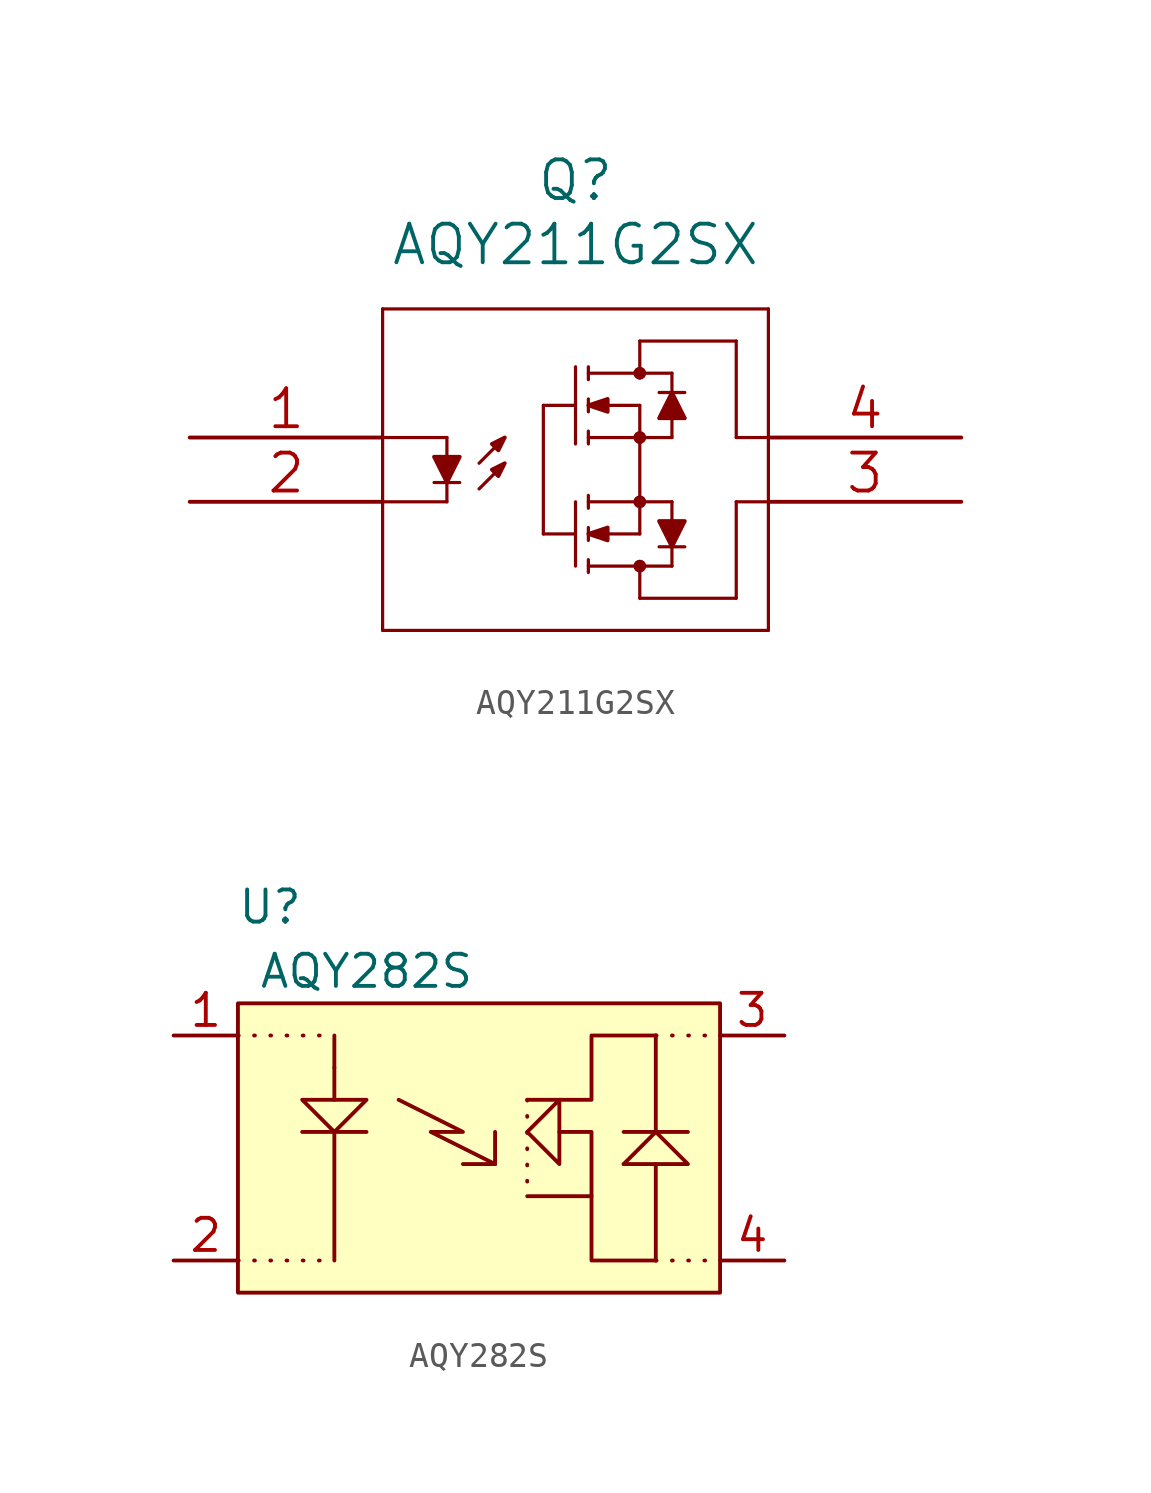
<source format=kicad_sym>
(kicad_symbol_lib
  (version 20220914)
  (generator kicad_symbol_editor)
  (symbol "AQY211G2SX"
    (pin_names
      (offset 0.254) hide)
    (property "Reference" "Q"
      (at 15.24 10.16 0)
      (effects (font (size 1.524 1.524))))
    (property "Value" "AQY211G2SX"
      (at 15.24 7.62 0)
      (effects (font (size 1.524 1.524))))
    (property "Datasheet" ""
      (at 0 0 0)
      (effects (font (size 1.524 1.524))))
    (symbol "AQY211G2SX_1_1"
      (polyline (pts (xy 7.62 -7.62) (xy 22.86 -7.62)) (stroke (width 0.127) (type default)) (fill (type none)))
      (polyline (pts (xy 7.62 -2.54) (xy 10.16 -2.54)) (stroke (width 0.127) (type default)) (fill (type none)))
      (polyline (pts (xy 7.62 5.08) (xy 7.62 -7.62)) (stroke (width 0.127) (type default)) (fill (type none)))
      (polyline (pts (xy 10.16 -1.778) (xy 10.16 -2.54)) (stroke (width 0.127) (type default)) (fill (type none)))
      (polyline (pts (xy 10.16 0) (xy 7.62 0)) (stroke (width 0.127) (type default)) (fill (type none)))
      (polyline (pts (xy 10.16 0) (xy 10.16 -0.762)) (stroke (width 0.127) (type default)) (fill (type none)))
      (polyline (pts (xy 10.668 -1.778) (xy 9.652 -1.778)) (stroke (width 0.127) (type default)) (fill (type none)))
      (polyline (pts (xy 11.43 -2.032) (xy 12.192 -1.27)) (stroke (width 0.127) (type default)) (fill (type none)))
      (polyline (pts (xy 11.43 -1.016) (xy 12.192 -0.254)) (stroke (width 0.127) (type default)) (fill (type none)))
      (polyline (pts (xy 13.97 -3.81) (xy 15.24 -3.81)) (stroke (width 0.127) (type default)) (fill (type none)))
      (polyline (pts (xy 13.97 1.27) (xy 13.97 -3.81)) (stroke (width 0.127) (type default)) (fill (type none)))
      (polyline (pts (xy 13.97 1.27) (xy 15.24 1.27)) (stroke (width 0.127) (type default)) (fill (type none)))
      (polyline (pts (xy 15.24 -2.54) (xy 15.24 -5.08)) (stroke (width 0.127) (type default)) (fill (type none)))
      (polyline (pts (xy 15.24 2.794) (xy 15.24 -0.254)) (stroke (width 0.127) (type default)) (fill (type none)))
      (polyline (pts (xy 15.748 -5.08) (xy 19.05 -5.08)) (stroke (width 0.127) (type default)) (fill (type none)))
      (polyline (pts (xy 15.748 -4.826) (xy 15.748 -5.334)) (stroke (width 0.127) (type default)) (fill (type none)))
      (polyline (pts (xy 15.748 -3.556) (xy 15.748 -4.064)) (stroke (width 0.127) (type default)) (fill (type none)))
      (polyline (pts (xy 15.748 -2.54) (xy 19.05 -2.54)) (stroke (width 0.127) (type default)) (fill (type none)))
      (polyline (pts (xy 15.748 -2.286) (xy 15.748 -2.794)) (stroke (width 0.127) (type default)) (fill (type none)))
      (polyline (pts (xy 15.748 0.254) (xy 15.748 -0.254)) (stroke (width 0.127) (type default)) (fill (type none)))
      (polyline (pts (xy 15.748 1.524) (xy 15.748 1.016)) (stroke (width 0.127) (type default)) (fill (type none)))
      (polyline (pts (xy 15.748 2.54) (xy 19.05 2.54)) (stroke (width 0.127) (type default)) (fill (type none)))
      (polyline (pts (xy 15.748 2.794) (xy 15.748 2.286)) (stroke (width 0.127) (type default)) (fill (type none)))
      (polyline (pts (xy 16.51 -3.81) (xy 17.78 -3.81)) (stroke (width 0.127) (type default)) (fill (type none)))
      (polyline (pts (xy 17.78 -6.35) (xy 21.59 -6.35)) (stroke (width 0.127) (type default)) (fill (type none)))
      (polyline (pts (xy 17.78 -5.08) (xy 17.78 -6.35)) (stroke (width 0.127) (type default)) (fill (type none)))
      (polyline (pts (xy 17.78 -3.81) (xy 17.78 1.27)) (stroke (width 0.127) (type default)) (fill (type none)))
      (polyline (pts (xy 17.78 1.27) (xy 16.51 1.27)) (stroke (width 0.127) (type default)) (fill (type none)))
      (polyline (pts (xy 17.78 2.54) (xy 17.78 3.81)) (stroke (width 0.127) (type default)) (fill (type none)))
      (polyline (pts (xy 17.78 3.81) (xy 21.59 3.81)) (stroke (width 0.127) (type default)) (fill (type none)))
      (polyline (pts (xy 18.542 1.778) (xy 19.558 1.778)) (stroke (width 0.127) (type default)) (fill (type none)))
      (polyline (pts (xy 19.05 -4.318) (xy 19.05 -5.08)) (stroke (width 0.127) (type default)) (fill (type none)))
      (polyline (pts (xy 19.05 -2.54) (xy 19.05 -3.302)) (stroke (width 0.127) (type default)) (fill (type none)))
      (polyline (pts (xy 19.05 0) (xy 15.748 0)) (stroke (width 0.127) (type default)) (fill (type none)))
      (polyline (pts (xy 19.05 0) (xy 19.05 0.762)) (stroke (width 0.127) (type default)) (fill (type none)))
      (polyline (pts (xy 19.05 1.778) (xy 19.05 2.54)) (stroke (width 0.127) (type default)) (fill (type none)))
      (polyline (pts (xy 19.558 -4.318) (xy 18.542 -4.318)) (stroke (width 0.127) (type default)) (fill (type none)))
      (polyline (pts (xy 21.59 -2.54) (xy 21.59 -6.35)) (stroke (width 0.127) (type default)) (fill (type none)))
      (polyline (pts (xy 21.59 -2.54) (xy 22.86 -2.54)) (stroke (width 0.127) (type default)) (fill (type none)))
      (polyline (pts (xy 21.59 0) (xy 22.86 0)) (stroke (width 0.127) (type default)) (fill (type none)))
      (polyline (pts (xy 21.59 3.81) (xy 21.59 0)) (stroke (width 0.127) (type default)) (fill (type none)))
      (polyline (pts (xy 22.86 -7.62) (xy 22.86 5.08)) (stroke (width 0.127) (type default)) (fill (type none)))
      (polyline (pts (xy 22.86 5.08) (xy 7.62 5.08)) (stroke (width 0.127) (type default)) (fill (type none)))
      (polyline (pts (xy 10.16 -1.778) (xy 10.668 -0.762) (xy 9.652 -0.762) (xy 10.16 -1.778)) (stroke (width 0) (type default)) (fill (type outline)))
      (polyline (pts (xy 12.446 -1.016) (xy 11.938 -1.27) (xy 12.192 -1.524) (xy 12.446 -1.016)) (stroke (width 0) (type default)) (fill (type outline)))
      (polyline (pts (xy 12.446 0) (xy 11.938 -0.254) (xy 12.192 -0.508) (xy 12.446 0)) (stroke (width 0) (type default)) (fill (type outline)))
      (polyline (pts (xy 15.748 -3.81) (xy 16.51 -4.064) (xy 16.51 -3.556) (xy 15.748 -3.81)) (stroke (width 0) (type default)) (fill (type outline)))
      (polyline (pts (xy 15.748 1.27) (xy 16.51 1.016) (xy 16.51 1.524) (xy 15.748 1.27)) (stroke (width 0) (type default)) (fill (type outline)))
      (polyline (pts (xy 19.05 -4.318) (xy 19.558 -3.302) (xy 18.542 -3.302) (xy 19.05 -4.318)) (stroke (width 0) (type default)) (fill (type outline)))
      (polyline (pts (xy 19.05 1.778) (xy 18.542 0.762) (xy 19.558 0.762) (xy 19.05 1.778)) (stroke (width 0) (type default)) (fill (type outline)))
      (arc (start 17.78 -5.207) (mid 17.78 -5.207) (end 17.78 -5.207) (stroke (width 0.254) (type default)) (fill (type none)))
      (circle (center 17.78 -5.08) (radius 0.127) (stroke (width 0.254) (type default)) (fill (type none)))
      (arc (start 17.78 -2.667) (mid 17.78 -2.667) (end 17.78 -2.667) (stroke (width 0.254) (type default)) (fill (type none)))
      (circle (center 17.78 -2.54) (radius 0.127) (stroke (width 0.254) (type default)) (fill (type none)))
      (arc (start 17.78 -0.127) (mid 17.78 -0.127) (end 17.78 -0.127) (stroke (width 0.254) (type default)) (fill (type none)))
      (circle (center 17.78 0) (radius 0.127) (stroke (width 0.254) (type default)) (fill (type none)))
      (arc (start 17.78 2.413) (mid 17.78 2.413) (end 17.78 2.413) (stroke (width 0.254) (type default)) (fill (type none)))
      (circle (center 17.78 2.54) (radius 0.127) (stroke (width 0.254) (type default)) (fill (type none)))
      (pin passive line (at 0 0 0) (length 7.62) (name "1" (effects (font (size 1.499 1.499)))) (number "1" (effects (font (size 1.499 1.499)))))
      (pin passive line (at 0 -2.54 0) (length 7.62) (name "2" (effects (font (size 1.499 1.499)))) (number "2" (effects (font (size 1.499 1.499)))))
      (pin passive line (at 30.48 -2.54 180) (length 7.62) (name "3" (effects (font (size 1.499 1.499)))) (number "3" (effects (font (size 1.499 1.499)))))
      (pin passive line (at 30.48 0 180) (length 7.62) (name "4" (effects (font (size 1.499 1.499)))) (number "4" (effects (font (size 1.499 1.499)))))))
  (symbol "AQY282S"
    (property "Reference" "U"
      (at 3.81 5.08 0)
      (effects (font (size 1.27 1.27))))
    (property "Value" "AQY282S"
      (at 7.62 2.54 0)
      (effects (font (size 1.27 1.27))))
    (symbol "AQY282S_0_1"
      (polyline (pts (xy 5.08 -3.81) (xy 7.62 -3.81)) (stroke (width 0) (type default)) (fill (type none)))
      (polyline (pts (xy 6.35 -3.81) (xy 6.35 -8.89)) (stroke (width 0) (type default)) (fill (type none)))
      (polyline (pts (xy 6.35 -1.27) (xy 6.35 -2.54)) (stroke (width 0) (type default)) (fill (type none)))
      (polyline (pts (xy 6.35 -1.27) (xy 6.35 0)) (stroke (width 0) (type default)) (fill (type none)))
      (polyline (pts (xy 5.08 -2.54) (xy 7.62 -2.54) (xy 6.35 -3.81) (xy 5.08 -2.54)) (stroke (width 0) (type default)) (fill (type none))))
    (symbol "AQY282S_1_1"
      (polyline (pts (xy 2.54 -8.89) (xy 6.35 -8.89)) (stroke (width 0) (type dot)) (fill (type none)))
      (polyline (pts (xy 2.54 0) (xy 6.35 0)) (stroke (width 0) (type dot)) (fill (type none)))
      (polyline (pts (xy 12.7 -5.08) (xy 11.43 -5.08)) (stroke (width 0) (type default)) (fill (type none)))
      (polyline (pts (xy 12.7 -5.08) (xy 12.7 -3.81)) (stroke (width 0) (type default)) (fill (type none)))
      (polyline (pts (xy 13.97 -2.54) (xy 13.97 -6.35)) (stroke (width 0) (type dot)) (fill (type none)))
      (polyline (pts (xy 17.78 -5.08) (xy 19.05 -5.08)) (stroke (width 0) (type default)) (fill (type none)))
      (polyline (pts (xy 17.78 -3.81) (xy 20.32 -3.81)) (stroke (width 0) (type default)) (fill (type none)))
      (polyline (pts (xy 19.05 -8.89) (xy 21.59 -8.89)) (stroke (width 0) (type dot)) (fill (type none)))
      (polyline (pts (xy 19.05 -3.81) (xy 19.05 0)) (stroke (width 0) (type default)) (fill (type none)))
      (polyline (pts (xy 19.05 0) (xy 21.59 0)) (stroke (width 0) (type dot)) (fill (type none)))
      (polyline (pts (xy 16.51 -6.35) (xy 16.51 -8.89) (xy 19.05 -8.89)) (stroke (width 0) (type default)) (fill (type none)))
      (polyline (pts (xy 8.89 -2.54) (xy 11.43 -3.81) (xy 10.16 -3.81) (xy 12.7 -5.08)) (stroke (width 0) (type default)) (fill (type none)))
      (polyline (pts (xy 13.97 -6.35) (xy 16.51 -6.35) (xy 16.51 -3.81) (xy 15.24 -3.81)) (stroke (width 0) (type default)) (fill (type none)))
      (polyline (pts (xy 13.97 -3.81) (xy 15.24 -5.08) (xy 15.24 -2.54) (xy 13.97 -3.81)) (stroke (width 0) (type default)) (fill (type none)))
      (polyline (pts (xy 13.97 -2.54) (xy 16.51 -2.54) (xy 16.51 0) (xy 19.05 0)) (stroke (width 0) (type default)) (fill (type none)))
      (polyline (pts (xy 19.05 -8.89) (xy 19.05 -5.08) (xy 20.32 -5.08) (xy 19.05 -3.81) (xy 17.78 -5.08)) (stroke (width 0) (type default)) (fill (type none)))
      (rectangle (start 2.54 1.27) (end 21.59 -10.16) (stroke (width 0) (type default)) (fill (type background)))
      (pin unspecified line (at 0 0 0) (length 2.54) (name "" (effects (font (size 1.27 1.27)))) (number "1" (effects (font (size 1.27 1.27)))))
      (pin unspecified line (at 0 -8.89 0) (length 2.54) (name "" (effects (font (size 1.27 1.27)))) (number "2" (effects (font (size 1.27 1.27)))))
      (pin unspecified line (at 24.13 0 180) (length 2.54) (name "" (effects (font (size 1.27 1.27)))) (number "3" (effects (font (size 1.27 1.27)))))
      (pin unspecified line (at 24.13 -8.89 180) (length 2.54) (name "" (effects (font (size 1.27 1.27)))) (number "4" (effects (font (size 1.27 1.27))))))))
</source>
